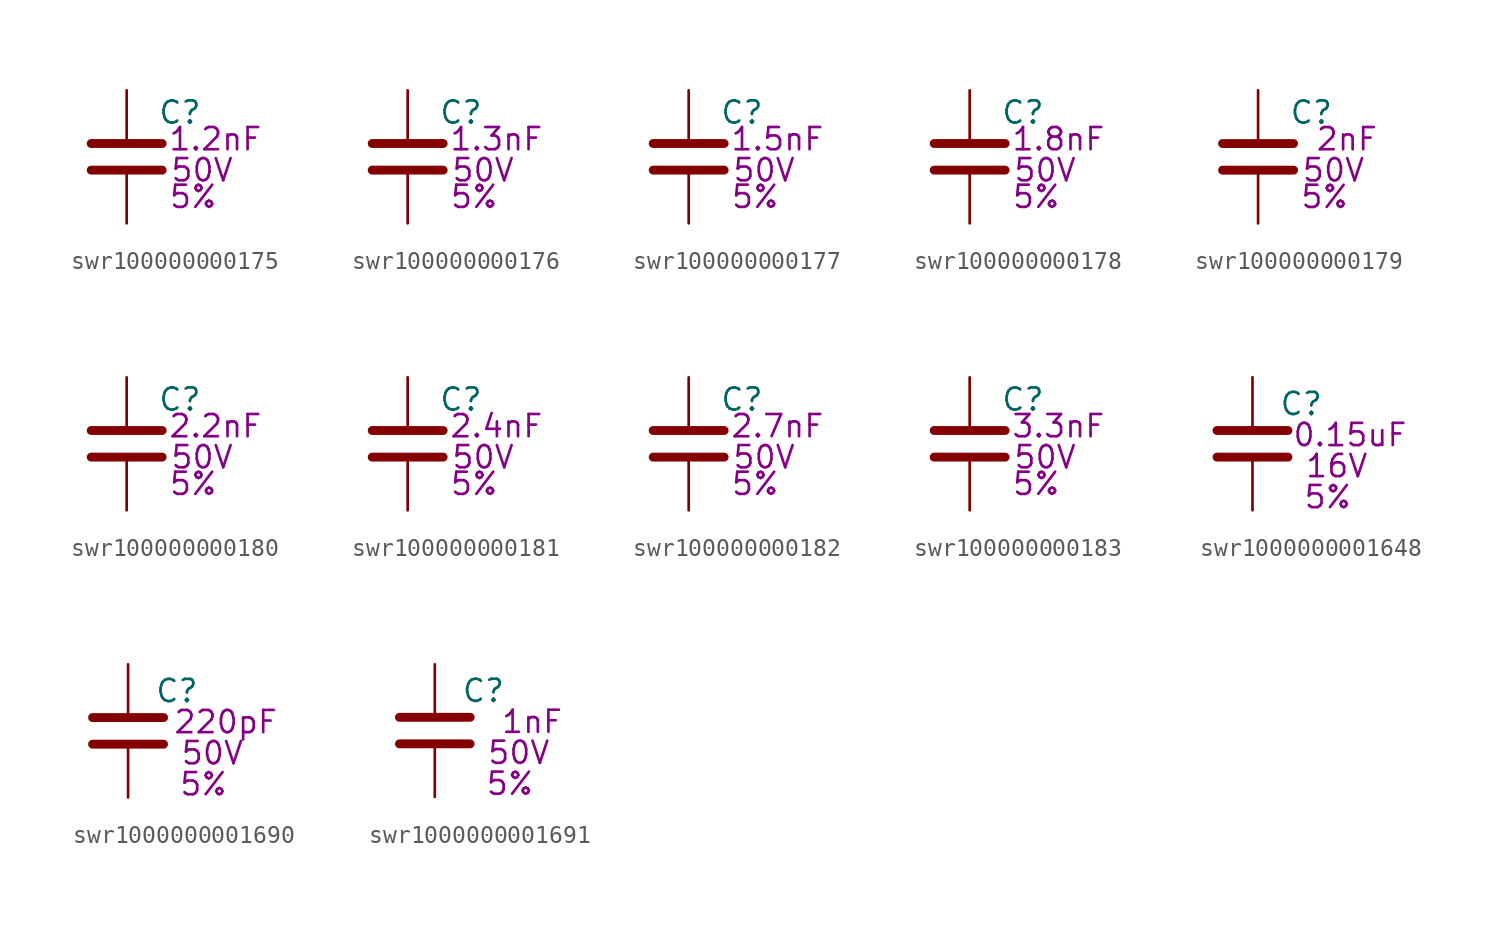
<source format=kicad_sym>
(kicad_symbol_lib
  (version 20220914)
  (generator kicad_symbol_editor)
  (symbol "swr100000000175"
    (pin_numbers hide)
    (pin_names
      (offset 1.016))
    (property "Reference" "C"
      (at 3.048 2.54 0)
      (effects (font (size 1.27 1.27))))
    (property "PartValue" "1.2nF"
      (at 5.08 1.016 0)
      (effects (font (size 1.27 1.27))))
    (property "Voltage" "50V"
      (at 4.318 -0.762 0)
      (effects (font (size 1.27 1.27))))
    (property "Tolerance" "5%"
      (at 3.81 -2.286 0)
      (effects (font (size 1.27 1.27))))
    (symbol "swr100000000175_1_1"
      (polyline (pts (xy -2.032 -0.762) (xy 2.032 -0.762)) (stroke (width 0.508) (type default)) (fill (type none)))
      (polyline (pts (xy -2.032 0.762) (xy 2.032 0.762)) (stroke (width 0.508) (type default)) (fill (type none)))
      (pin passive line (at 0 3.81 270) (length 2.794) (name "~" (effects (font (size 1.27 1.27)))) (number "1" (effects (font (size 1.27 1.27)))))
      (pin passive line (at 0 -3.81 90) (length 2.794) (name "~" (effects (font (size 1.27 1.27)))) (number "2" (effects (font (size 1.27 1.27)))))))
  (symbol "swr100000000176"
    (pin_numbers hide)
    (pin_names
      (offset 1.016))
    (property "Reference" "C"
      (at 3.048 2.54 0)
      (effects (font (size 1.27 1.27))))
    (property "PartValue" "1.3nF"
      (at 5.08 1.016 0)
      (effects (font (size 1.27 1.27))))
    (property "Voltage" "50V"
      (at 4.318 -0.762 0)
      (effects (font (size 1.27 1.27))))
    (property "Tolerance" "5%"
      (at 3.81 -2.286 0)
      (effects (font (size 1.27 1.27))))
    (symbol "swr100000000176_1_1"
      (polyline (pts (xy -2.032 -0.762) (xy 2.032 -0.762)) (stroke (width 0.508) (type default)) (fill (type none)))
      (polyline (pts (xy -2.032 0.762) (xy 2.032 0.762)) (stroke (width 0.508) (type default)) (fill (type none)))
      (pin passive line (at 0 3.81 270) (length 2.794) (name "~" (effects (font (size 1.27 1.27)))) (number "1" (effects (font (size 1.27 1.27)))))
      (pin passive line (at 0 -3.81 90) (length 2.794) (name "~" (effects (font (size 1.27 1.27)))) (number "2" (effects (font (size 1.27 1.27)))))))
  (symbol "swr100000000177"
    (pin_numbers hide)
    (pin_names
      (offset 1.016))
    (property "Reference" "C"
      (at 3.048 2.54 0)
      (effects (font (size 1.27 1.27))))
    (property "PartValue" "1.5nF"
      (at 5.08 1.016 0)
      (effects (font (size 1.27 1.27))))
    (property "Voltage" "50V"
      (at 4.318 -0.762 0)
      (effects (font (size 1.27 1.27))))
    (property "Tolerance" "5%"
      (at 3.81 -2.286 0)
      (effects (font (size 1.27 1.27))))
    (symbol "swr100000000177_1_1"
      (polyline (pts (xy -2.032 -0.762) (xy 2.032 -0.762)) (stroke (width 0.508) (type default)) (fill (type none)))
      (polyline (pts (xy -2.032 0.762) (xy 2.032 0.762)) (stroke (width 0.508) (type default)) (fill (type none)))
      (pin passive line (at 0 3.81 270) (length 2.794) (name "~" (effects (font (size 1.27 1.27)))) (number "1" (effects (font (size 1.27 1.27)))))
      (pin passive line (at 0 -3.81 90) (length 2.794) (name "~" (effects (font (size 1.27 1.27)))) (number "2" (effects (font (size 1.27 1.27)))))))
  (symbol "swr100000000178"
    (pin_numbers hide)
    (pin_names
      (offset 1.016))
    (property "Reference" "C"
      (at 3.048 2.54 0)
      (effects (font (size 1.27 1.27))))
    (property "PartValue" "1.8nF"
      (at 5.08 1.016 0)
      (effects (font (size 1.27 1.27))))
    (property "Voltage" "50V"
      (at 4.318 -0.762 0)
      (effects (font (size 1.27 1.27))))
    (property "Tolerance" "5%"
      (at 3.81 -2.286 0)
      (effects (font (size 1.27 1.27))))
    (symbol "swr100000000178_1_1"
      (polyline (pts (xy -2.032 -0.762) (xy 2.032 -0.762)) (stroke (width 0.508) (type default)) (fill (type none)))
      (polyline (pts (xy -2.032 0.762) (xy 2.032 0.762)) (stroke (width 0.508) (type default)) (fill (type none)))
      (pin passive line (at 0 3.81 270) (length 2.794) (name "~" (effects (font (size 1.27 1.27)))) (number "1" (effects (font (size 1.27 1.27)))))
      (pin passive line (at 0 -3.81 90) (length 2.794) (name "~" (effects (font (size 1.27 1.27)))) (number "2" (effects (font (size 1.27 1.27)))))))
  (symbol "swr100000000179"
    (pin_numbers hide)
    (pin_names
      (offset 1.016))
    (property "Reference" "C"
      (at 3.048 2.54 0)
      (effects (font (size 1.27 1.27))))
    (property "PartValue" "2nF"
      (at 5.08 1.016 0)
      (effects (font (size 1.27 1.27))))
    (property "Voltage" "50V"
      (at 4.318 -0.762 0)
      (effects (font (size 1.27 1.27))))
    (property "Tolerance" "5%"
      (at 3.81 -2.286 0)
      (effects (font (size 1.27 1.27))))
    (symbol "swr100000000179_1_1"
      (polyline (pts (xy -2.032 -0.762) (xy 2.032 -0.762)) (stroke (width 0.508) (type default)) (fill (type none)))
      (polyline (pts (xy -2.032 0.762) (xy 2.032 0.762)) (stroke (width 0.508) (type default)) (fill (type none)))
      (pin passive line (at 0 3.81 270) (length 2.794) (name "~" (effects (font (size 1.27 1.27)))) (number "1" (effects (font (size 1.27 1.27)))))
      (pin passive line (at 0 -3.81 90) (length 2.794) (name "~" (effects (font (size 1.27 1.27)))) (number "2" (effects (font (size 1.27 1.27)))))))
  (symbol "swr100000000180"
    (pin_numbers hide)
    (pin_names
      (offset 1.016))
    (property "Reference" "C"
      (at 3.048 2.54 0)
      (effects (font (size 1.27 1.27))))
    (property "PartValue" "2.2nF"
      (at 5.08 1.016 0)
      (effects (font (size 1.27 1.27))))
    (property "Voltage" "50V"
      (at 4.318 -0.762 0)
      (effects (font (size 1.27 1.27))))
    (property "Tolerance" "5%"
      (at 3.81 -2.286 0)
      (effects (font (size 1.27 1.27))))
    (symbol "swr100000000180_1_1"
      (polyline (pts (xy -2.032 -0.762) (xy 2.032 -0.762)) (stroke (width 0.508) (type default)) (fill (type none)))
      (polyline (pts (xy -2.032 0.762) (xy 2.032 0.762)) (stroke (width 0.508) (type default)) (fill (type none)))
      (pin passive line (at 0 3.81 270) (length 2.794) (name "~" (effects (font (size 1.27 1.27)))) (number "1" (effects (font (size 1.27 1.27)))))
      (pin passive line (at 0 -3.81 90) (length 2.794) (name "~" (effects (font (size 1.27 1.27)))) (number "2" (effects (font (size 1.27 1.27)))))))
  (symbol "swr100000000181"
    (pin_numbers hide)
    (pin_names
      (offset 1.016))
    (property "Reference" "C"
      (at 3.048 2.54 0)
      (effects (font (size 1.27 1.27))))
    (property "PartValue" "2.4nF"
      (at 5.08 1.016 0)
      (effects (font (size 1.27 1.27))))
    (property "Voltage" "50V"
      (at 4.318 -0.762 0)
      (effects (font (size 1.27 1.27))))
    (property "Tolerance" "5%"
      (at 3.81 -2.286 0)
      (effects (font (size 1.27 1.27))))
    (symbol "swr100000000181_1_1"
      (polyline (pts (xy -2.032 -0.762) (xy 2.032 -0.762)) (stroke (width 0.508) (type default)) (fill (type none)))
      (polyline (pts (xy -2.032 0.762) (xy 2.032 0.762)) (stroke (width 0.508) (type default)) (fill (type none)))
      (pin passive line (at 0 3.81 270) (length 2.794) (name "~" (effects (font (size 1.27 1.27)))) (number "1" (effects (font (size 1.27 1.27)))))
      (pin passive line (at 0 -3.81 90) (length 2.794) (name "~" (effects (font (size 1.27 1.27)))) (number "2" (effects (font (size 1.27 1.27)))))))
  (symbol "swr100000000182"
    (pin_numbers hide)
    (pin_names
      (offset 1.016))
    (property "Reference" "C"
      (at 3.048 2.54 0)
      (effects (font (size 1.27 1.27))))
    (property "PartValue" "2.7nF"
      (at 5.08 1.016 0)
      (effects (font (size 1.27 1.27))))
    (property "Voltage" "50V"
      (at 4.318 -0.762 0)
      (effects (font (size 1.27 1.27))))
    (property "Tolerance" "5%"
      (at 3.81 -2.286 0)
      (effects (font (size 1.27 1.27))))
    (symbol "swr100000000182_1_1"
      (polyline (pts (xy -2.032 -0.762) (xy 2.032 -0.762)) (stroke (width 0.508) (type default)) (fill (type none)))
      (polyline (pts (xy -2.032 0.762) (xy 2.032 0.762)) (stroke (width 0.508) (type default)) (fill (type none)))
      (pin passive line (at 0 3.81 270) (length 2.794) (name "~" (effects (font (size 1.27 1.27)))) (number "1" (effects (font (size 1.27 1.27)))))
      (pin passive line (at 0 -3.81 90) (length 2.794) (name "~" (effects (font (size 1.27 1.27)))) (number "2" (effects (font (size 1.27 1.27)))))))
  (symbol "swr100000000183"
    (pin_numbers hide)
    (pin_names
      (offset 1.016))
    (property "Reference" "C"
      (at 3.048 2.54 0)
      (effects (font (size 1.27 1.27))))
    (property "PartValue" "3.3nF"
      (at 5.08 1.016 0)
      (effects (font (size 1.27 1.27))))
    (property "Voltage" "50V"
      (at 4.318 -0.762 0)
      (effects (font (size 1.27 1.27))))
    (property "Tolerance" "5%"
      (at 3.81 -2.286 0)
      (effects (font (size 1.27 1.27))))
    (symbol "swr100000000183_1_1"
      (polyline (pts (xy -2.032 -0.762) (xy 2.032 -0.762)) (stroke (width 0.508) (type default)) (fill (type none)))
      (polyline (pts (xy -2.032 0.762) (xy 2.032 0.762)) (stroke (width 0.508) (type default)) (fill (type none)))
      (pin passive line (at 0 3.81 270) (length 2.794) (name "~" (effects (font (size 1.27 1.27)))) (number "1" (effects (font (size 1.27 1.27)))))
      (pin passive line (at 0 -3.81 90) (length 2.794) (name "~" (effects (font (size 1.27 1.27)))) (number "2" (effects (font (size 1.27 1.27)))))))
  (symbol "swr1000000001648"
    (pin_numbers hide)
    (pin_names
      (offset 1.016))
    (property "Reference" "C"
      (at 2.794 2.286 0)
      (effects (font (size 1.27 1.27))))
    (property "Tolerance" "5%"
      (at 4.318 -3.048 0)
      (effects (font (size 1.27 1.27))))
    (property "Voltage" "16V"
      (at 4.826 -1.27 0)
      (effects (font (size 1.27 1.27))))
    (property "PartValue" "0.15uF"
      (at 5.588 0.508 0)
      (effects (font (size 1.27 1.27))))
    (symbol "swr1000000001648_1_1"
      (polyline (pts (xy -2.032 -0.762) (xy 2.032 -0.762)) (stroke (width 0.508) (type default)) (fill (type none)))
      (polyline (pts (xy -2.032 0.762) (xy 2.032 0.762)) (stroke (width 0.508) (type default)) (fill (type none)))
      (pin passive line (at 0 3.81 270) (length 2.794) (name "~" (effects (font (size 1.27 1.27)))) (number "1" (effects (font (size 1.27 1.27)))))
      (pin passive line (at 0 -3.81 90) (length 2.794) (name "~" (effects (font (size 1.27 1.27)))) (number "2" (effects (font (size 1.27 1.27)))))))
  (symbol "swr1000000001690"
    (pin_numbers hide)
    (pin_names
      (offset 1.016))
    (property "Reference" "C"
      (at 2.794 2.286 0)
      (effects (font (size 1.27 1.27))))
    (property "Tolerance" "5%"
      (at 4.318 -3.048 0)
      (effects (font (size 1.27 1.27))))
    (property "Voltage" "50V"
      (at 4.826 -1.27 0)
      (effects (font (size 1.27 1.27))))
    (property "PartValue" "220pF"
      (at 5.588 0.508 0)
      (effects (font (size 1.27 1.27))))
    (symbol "swr1000000001690_1_1"
      (polyline (pts (xy -2.032 -0.762) (xy 2.032 -0.762)) (stroke (width 0.508) (type default)) (fill (type none)))
      (polyline (pts (xy -2.032 0.762) (xy 2.032 0.762)) (stroke (width 0.508) (type default)) (fill (type none)))
      (pin passive line (at 0 3.81 270) (length 2.794) (name "~" (effects (font (size 1.27 1.27)))) (number "1" (effects (font (size 1.27 1.27)))))
      (pin passive line (at 0 -3.81 90) (length 2.794) (name "~" (effects (font (size 1.27 1.27)))) (number "2" (effects (font (size 1.27 1.27)))))))
  (symbol "swr1000000001691"
    (pin_numbers hide)
    (pin_names
      (offset 1.016))
    (property "Reference" "C"
      (at 2.794 2.286 0)
      (effects (font (size 1.27 1.27))))
    (property "Tolerance" "5%"
      (at 4.318 -3.048 0)
      (effects (font (size 1.27 1.27))))
    (property "Voltage" "50V"
      (at 4.826 -1.27 0)
      (effects (font (size 1.27 1.27))))
    (property "PartValue" "1nF"
      (at 5.588 0.508 0)
      (effects (font (size 1.27 1.27))))
    (symbol "swr1000000001691_1_1"
      (polyline (pts (xy -2.032 -0.762) (xy 2.032 -0.762)) (stroke (width 0.508) (type default)) (fill (type none)))
      (polyline (pts (xy -2.032 0.762) (xy 2.032 0.762)) (stroke (width 0.508) (type default)) (fill (type none)))
      (pin passive line (at 0 3.81 270) (length 2.794) (name "~" (effects (font (size 1.27 1.27)))) (number "1" (effects (font (size 1.27 1.27)))))
      (pin passive line (at 0 -3.81 90) (length 2.794) (name "~" (effects (font (size 1.27 1.27)))) (number "2" (effects (font (size 1.27 1.27))))))))
</source>
